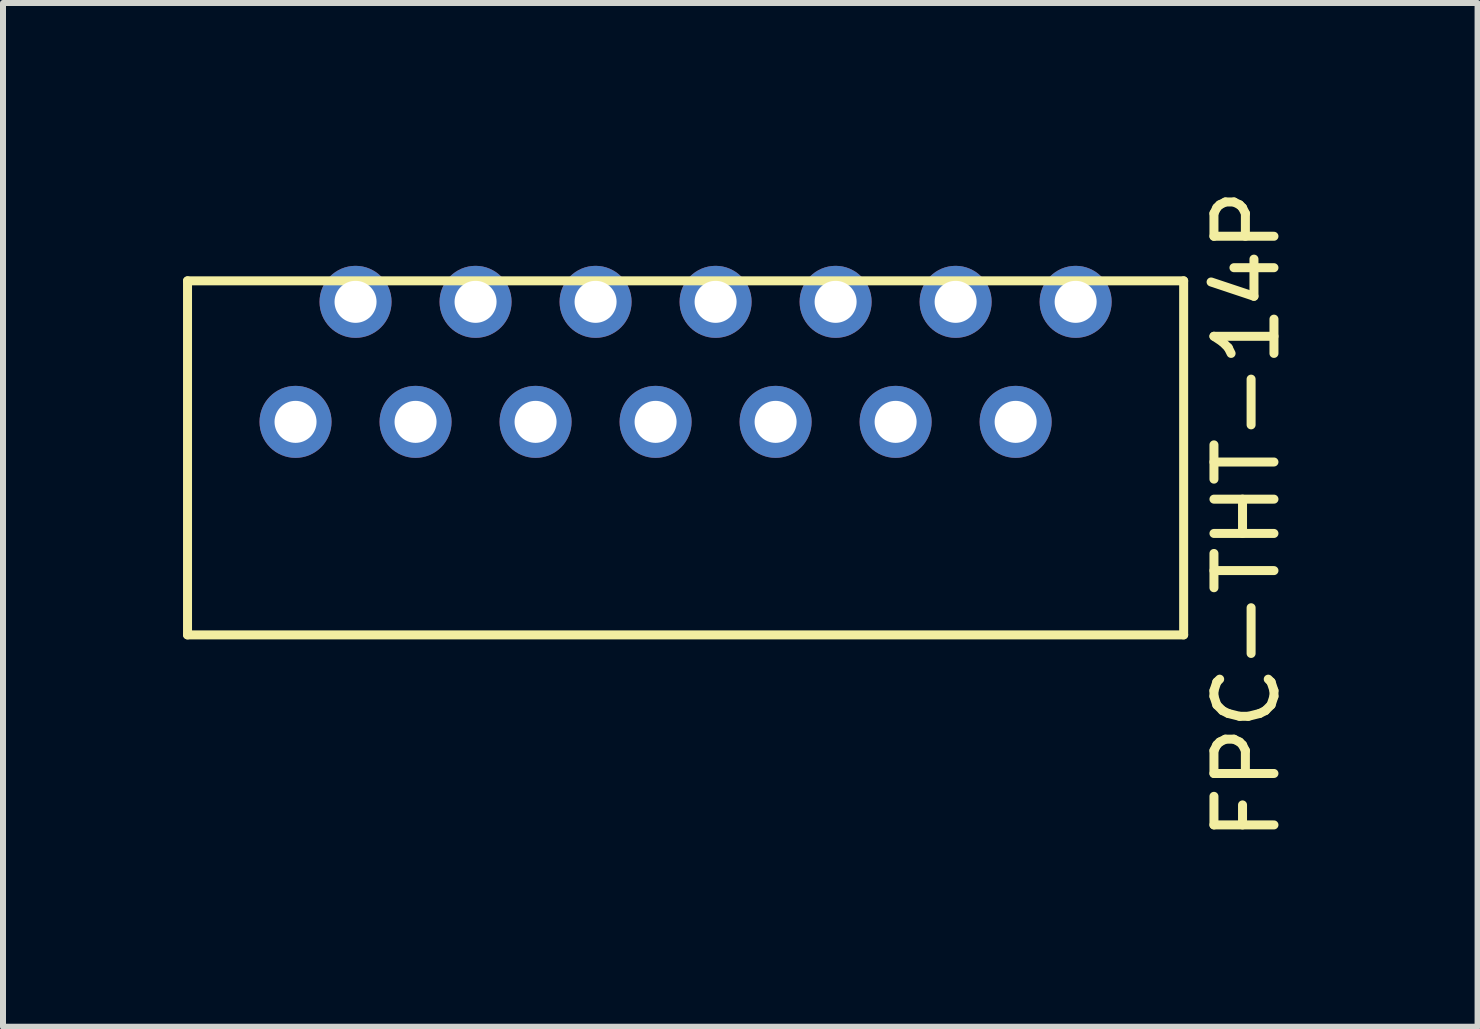
<source format=kicad_pcb>
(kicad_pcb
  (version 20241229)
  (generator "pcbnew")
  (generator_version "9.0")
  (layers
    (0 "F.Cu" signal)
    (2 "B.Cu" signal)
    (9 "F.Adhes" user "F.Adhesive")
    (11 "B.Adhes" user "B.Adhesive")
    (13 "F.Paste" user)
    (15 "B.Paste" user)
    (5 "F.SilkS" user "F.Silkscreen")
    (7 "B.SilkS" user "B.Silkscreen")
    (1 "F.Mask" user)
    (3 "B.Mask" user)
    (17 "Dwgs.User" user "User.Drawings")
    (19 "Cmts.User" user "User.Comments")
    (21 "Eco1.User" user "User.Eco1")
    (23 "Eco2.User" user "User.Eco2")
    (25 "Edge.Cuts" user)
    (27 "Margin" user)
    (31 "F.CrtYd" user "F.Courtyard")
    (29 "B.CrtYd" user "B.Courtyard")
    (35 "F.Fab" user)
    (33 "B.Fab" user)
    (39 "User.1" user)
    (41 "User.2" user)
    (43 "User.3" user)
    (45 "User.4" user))
  (footprint "FPC-THT-14P"
    (layer "F.Cu")
    (at 8.375 2.98)
    (property "Reference" "FPC-THT-14P" (at 9.35 2.55 90) (layer "F.SilkS") (effects (font (size 1 1) (thickness 0.15))))
    (attr through_hole)
    (fp_line (start -8.3 -1.35) (end -8.3 4.55) (stroke (width 0.15) (type solid)) (layer "F.SilkS"))
    (fp_line (start -8.3 -1.35) (end 8.3 -1.35) (stroke (width 0.15) (type solid)) (layer "F.SilkS"))
    (fp_line (start -8.3 4.55) (end 8.3 4.55) (stroke (width 0.15) (type solid)) (layer "F.SilkS"))
    (fp_line (start 8.3 -1.35) (end 8.3 4.55) (stroke (width 0.15) (type solid)) (layer "F.SilkS"))
    (pad "1" thru_hole circle (at -6.5 1) (size 1.2 1.2) (drill 0.7) (layers "*.Cu" "*.Mask"))
    (pad "2" thru_hole circle (at -5.5 -1) (size 1.2 1.2) (drill 0.7) (layers "*.Cu" "*.Mask"))
    (pad "3" thru_hole circle (at -4.5 1) (size 1.2 1.2) (drill 0.7) (layers "*.Cu" "*.Mask"))
    (pad "4" thru_hole circle (at -3.5 -1) (size 1.2 1.2) (drill 0.7) (layers "*.Cu" "*.Mask"))
    (pad "5" thru_hole circle (at -2.5 1) (size 1.2 1.2) (drill 0.7) (layers "*.Cu" "*.Mask"))
    (pad "6" thru_hole circle (at -1.5 -1) (size 1.2 1.2) (drill 0.7) (layers "*.Cu" "*.Mask"))
    (pad "7" thru_hole circle (at -0.5 1) (size 1.2 1.2) (drill 0.7) (layers "*.Cu" "*.Mask"))
    (pad "8" thru_hole circle (at 0.5 -1) (size 1.2 1.2) (drill 0.7) (layers "*.Cu" "*.Mask"))
    (pad "9" thru_hole circle (at 1.5 1) (size 1.2 1.2) (drill 0.7) (layers "*.Cu" "*.Mask"))
    (pad "10" thru_hole circle (at 2.5 -1) (size 1.2 1.2) (drill 0.7) (layers "*.Cu" "*.Mask"))
    (pad "11" thru_hole circle (at 3.5 1) (size 1.2 1.2) (drill 0.7) (layers "*.Cu" "*.Mask"))
    (pad "12" thru_hole circle (at 4.5 -1) (size 1.2 1.2) (drill 0.7) (layers "*.Cu" "*.Mask"))
    (pad "13" thru_hole circle (at 5.5 1) (size 1.2 1.2) (drill 0.7) (layers "*.Cu" "*.Mask"))
    (pad "14" thru_hole circle (at 6.5 -1) (size 1.2 1.2) (drill 0.7) (layers "*.Cu" "*.Mask")))
  (gr_rect
    (start -3 -3)
    (end 21.573 14.06)
    (stroke (width 0.1) (type default))
    (fill no)
    (layer "Edge.Cuts")))
</source>
